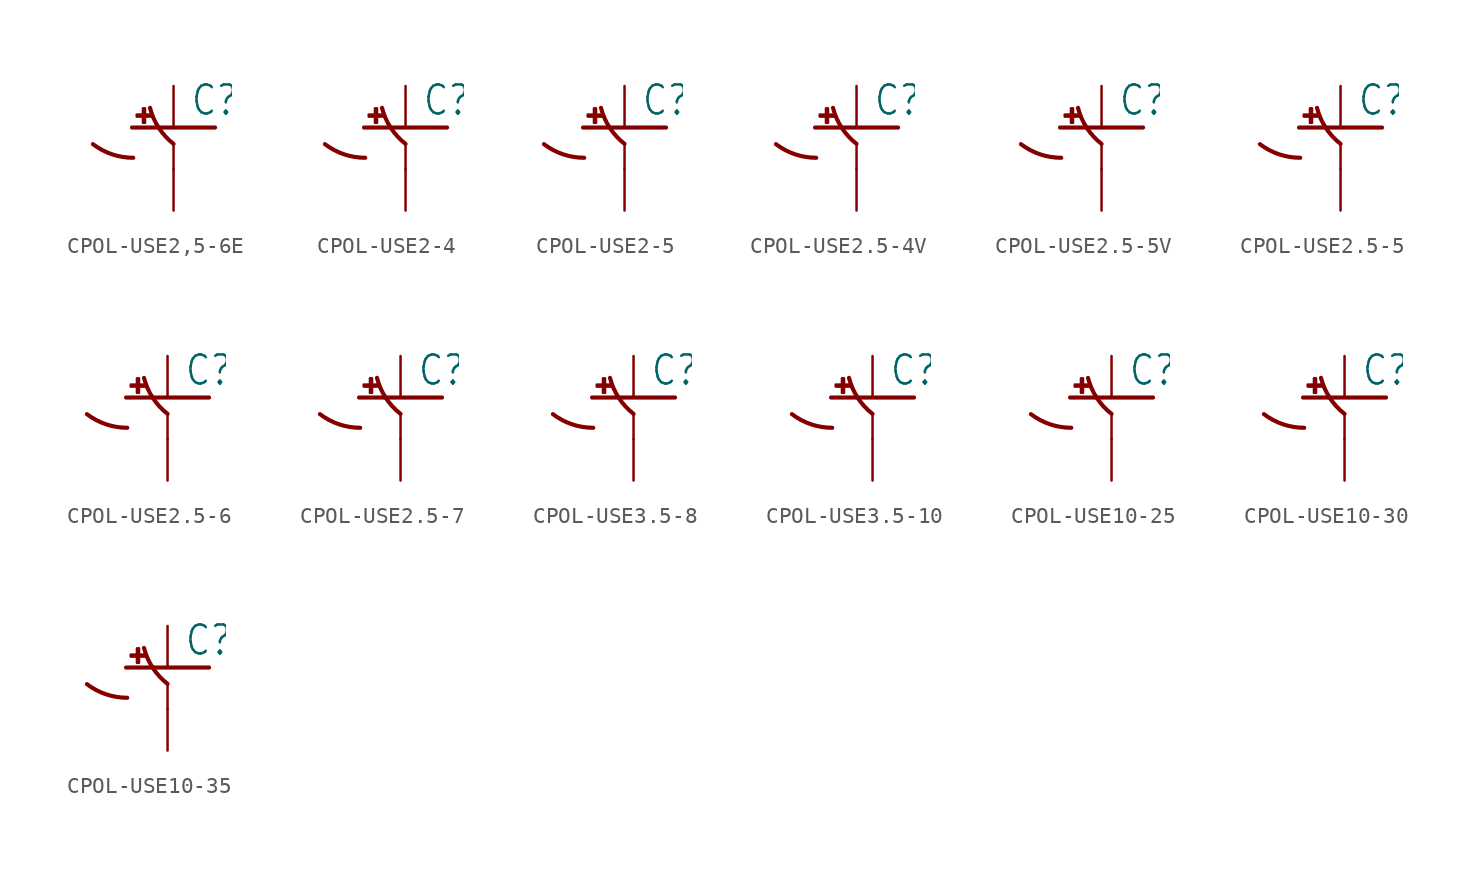
<source format=kicad_sym>
(kicad_symbol_lib
  (version 20241209)
  (generator "kicad_symbol_editor")
  (generator_version "9.0")
  (symbol "CPOL-USE2,5-6E"
    (property "Reference" "C"
      (at 1.016 0.635 0)
      (effects (font (size 1.778 1.511)) (justify left bottom)))
    (property "Value" ""
      (at 1.016 -4.191 0)
      (effects (font (size 1.778 1.511)) (justify left bottom)))
    (property "ki_locked" ""
      (at 0 0 0)
      (effects (font (size 1.27 1.27))))
    (symbol "CPOL-USE2,5-6E_1_0"
      (polyline (pts (xy -2.54 0) (xy 2.54 0)) (stroke (width 0.254) (type solid)) (fill (type none)))
      (arc (start -2.4669 -1.8504) (mid -3.7689 -1.6361) (end -4.9337 -1.0159) (stroke (width 0.254) (type solid)) (fill (type none)))
      (rectangle (start -2.253 0.668) (end -1.364 0.795) (stroke (width 0) (type default)) (fill (type outline)))
      (rectangle (start -1.872 0.287) (end -1.745 1.176) (stroke (width 0) (type default)) (fill (type outline)))
      (polyline (pts (xy 0 -1.016) (xy 0 -2.54)) (stroke (width 0.152) (type solid)) (fill (type none)))
      (arc (start 0 -1) (mid -0.9038 -0.0189) (end -1.4403 1.2025) (stroke (width 0.254) (type solid)) (fill (type none)))
      (pin passive line (at 0 2.54 270) (length 2.54) (name "+" (effects (font (size 0 0)))) (number "+" (effects (font (size 0 0)))))
      (pin passive line (at 0 -5.08 90) (length 2.54) (name "-" (effects (font (size 0 0)))) (number "-" (effects (font (size 0 0)))))))
  (symbol "CPOL-USE2-4"
    (property "Reference" "C"
      (at 1.016 0.635 0)
      (effects (font (size 1.778 1.511)) (justify left bottom)))
    (property "Value" ""
      (at 1.016 -4.191 0)
      (effects (font (size 1.778 1.511)) (justify left bottom)))
    (property "ki_locked" ""
      (at 0 0 0)
      (effects (font (size 1.27 1.27))))
    (symbol "CPOL-USE2-4_1_0"
      (polyline (pts (xy -2.54 0) (xy 2.54 0)) (stroke (width 0.254) (type solid)) (fill (type none)))
      (arc (start -2.4669 -1.8504) (mid -3.7689 -1.6361) (end -4.9337 -1.0159) (stroke (width 0.254) (type solid)) (fill (type none)))
      (rectangle (start -2.253 0.668) (end -1.364 0.795) (stroke (width 0) (type default)) (fill (type outline)))
      (rectangle (start -1.872 0.287) (end -1.745 1.176) (stroke (width 0) (type default)) (fill (type outline)))
      (polyline (pts (xy 0 -1.016) (xy 0 -2.54)) (stroke (width 0.152) (type solid)) (fill (type none)))
      (arc (start 0 -1) (mid -0.9038 -0.0189) (end -1.4403 1.2025) (stroke (width 0.254) (type solid)) (fill (type none)))
      (pin passive line (at 0 2.54 270) (length 2.54) (name "+" (effects (font (size 0 0)))) (number "+" (effects (font (size 0 0)))))
      (pin passive line (at 0 -5.08 90) (length 2.54) (name "-" (effects (font (size 0 0)))) (number "-" (effects (font (size 0 0)))))))
  (symbol "CPOL-USE2-5"
    (property "Reference" "C"
      (at 1.016 0.635 0)
      (effects (font (size 1.778 1.511)) (justify left bottom)))
    (property "Value" ""
      (at 1.016 -4.191 0)
      (effects (font (size 1.778 1.511)) (justify left bottom)))
    (property "ki_locked" ""
      (at 0 0 0)
      (effects (font (size 1.27 1.27))))
    (symbol "CPOL-USE2-5_1_0"
      (polyline (pts (xy -2.54 0) (xy 2.54 0)) (stroke (width 0.254) (type solid)) (fill (type none)))
      (arc (start -2.4669 -1.8504) (mid -3.7689 -1.6361) (end -4.9337 -1.0159) (stroke (width 0.254) (type solid)) (fill (type none)))
      (rectangle (start -2.253 0.668) (end -1.364 0.795) (stroke (width 0) (type default)) (fill (type outline)))
      (rectangle (start -1.872 0.287) (end -1.745 1.176) (stroke (width 0) (type default)) (fill (type outline)))
      (polyline (pts (xy 0 -1.016) (xy 0 -2.54)) (stroke (width 0.152) (type solid)) (fill (type none)))
      (arc (start 0 -1) (mid -0.9038 -0.0189) (end -1.4403 1.2025) (stroke (width 0.254) (type solid)) (fill (type none)))
      (pin passive line (at 0 2.54 270) (length 2.54) (name "+" (effects (font (size 0 0)))) (number "+" (effects (font (size 0 0)))))
      (pin passive line (at 0 -5.08 90) (length 2.54) (name "-" (effects (font (size 0 0)))) (number "-" (effects (font (size 0 0)))))))
  (symbol "CPOL-USE2.5-4V"
    (property "Reference" "C"
      (at 1.016 0.635 0)
      (effects (font (size 1.778 1.511)) (justify left bottom)))
    (property "Value" ""
      (at 1.016 -4.191 0)
      (effects (font (size 1.778 1.511)) (justify left bottom)))
    (property "ki_locked" ""
      (at 0 0 0)
      (effects (font (size 1.27 1.27))))
    (symbol "CPOL-USE2.5-4V_1_0"
      (polyline (pts (xy -2.54 0) (xy 2.54 0)) (stroke (width 0.254) (type solid)) (fill (type none)))
      (arc (start -2.4669 -1.8504) (mid -3.7689 -1.6361) (end -4.9337 -1.0159) (stroke (width 0.254) (type solid)) (fill (type none)))
      (rectangle (start -2.253 0.668) (end -1.364 0.795) (stroke (width 0) (type default)) (fill (type outline)))
      (rectangle (start -1.872 0.287) (end -1.745 1.176) (stroke (width 0) (type default)) (fill (type outline)))
      (polyline (pts (xy 0 -1.016) (xy 0 -2.54)) (stroke (width 0.152) (type solid)) (fill (type none)))
      (arc (start 0 -1) (mid -0.9038 -0.0189) (end -1.4403 1.2025) (stroke (width 0.254) (type solid)) (fill (type none)))
      (pin passive line (at 0 2.54 270) (length 2.54) (name "+" (effects (font (size 0 0)))) (number "+" (effects (font (size 0 0)))))
      (pin passive line (at 0 -5.08 90) (length 2.54) (name "-" (effects (font (size 0 0)))) (number "-" (effects (font (size 0 0)))))))
  (symbol "CPOL-USE2.5-5V"
    (property "Reference" "C"
      (at 1.016 0.635 0)
      (effects (font (size 1.778 1.511)) (justify left bottom)))
    (property "Value" ""
      (at 1.016 -4.191 0)
      (effects (font (size 1.778 1.511)) (justify left bottom)))
    (property "ki_locked" ""
      (at 0 0 0)
      (effects (font (size 1.27 1.27))))
    (symbol "CPOL-USE2.5-5V_1_0"
      (polyline (pts (xy -2.54 0) (xy 2.54 0)) (stroke (width 0.254) (type solid)) (fill (type none)))
      (arc (start -2.4669 -1.8504) (mid -3.7689 -1.6361) (end -4.9337 -1.0159) (stroke (width 0.254) (type solid)) (fill (type none)))
      (rectangle (start -2.253 0.668) (end -1.364 0.795) (stroke (width 0) (type default)) (fill (type outline)))
      (rectangle (start -1.872 0.287) (end -1.745 1.176) (stroke (width 0) (type default)) (fill (type outline)))
      (polyline (pts (xy 0 -1.016) (xy 0 -2.54)) (stroke (width 0.152) (type solid)) (fill (type none)))
      (arc (start 0 -1) (mid -0.9038 -0.0189) (end -1.4403 1.2025) (stroke (width 0.254) (type solid)) (fill (type none)))
      (pin passive line (at 0 2.54 270) (length 2.54) (name "+" (effects (font (size 0 0)))) (number "+" (effects (font (size 0 0)))))
      (pin passive line (at 0 -5.08 90) (length 2.54) (name "-" (effects (font (size 0 0)))) (number "-" (effects (font (size 0 0)))))))
  (symbol "CPOL-USE2.5-5"
    (property "Reference" "C"
      (at 1.016 0.635 0)
      (effects (font (size 1.778 1.511)) (justify left bottom)))
    (property "Value" ""
      (at 1.016 -4.191 0)
      (effects (font (size 1.778 1.511)) (justify left bottom)))
    (property "ki_locked" ""
      (at 0 0 0)
      (effects (font (size 1.27 1.27))))
    (symbol "CPOL-USE2.5-5_1_0"
      (polyline (pts (xy -2.54 0) (xy 2.54 0)) (stroke (width 0.254) (type solid)) (fill (type none)))
      (arc (start -2.4669 -1.8504) (mid -3.7689 -1.6361) (end -4.9337 -1.0159) (stroke (width 0.254) (type solid)) (fill (type none)))
      (rectangle (start -2.253 0.668) (end -1.364 0.795) (stroke (width 0) (type default)) (fill (type outline)))
      (rectangle (start -1.872 0.287) (end -1.745 1.176) (stroke (width 0) (type default)) (fill (type outline)))
      (polyline (pts (xy 0 -1.016) (xy 0 -2.54)) (stroke (width 0.152) (type solid)) (fill (type none)))
      (arc (start 0 -1) (mid -0.9038 -0.0189) (end -1.4403 1.2025) (stroke (width 0.254) (type solid)) (fill (type none)))
      (pin passive line (at 0 2.54 270) (length 2.54) (name "+" (effects (font (size 0 0)))) (number "+" (effects (font (size 0 0)))))
      (pin passive line (at 0 -5.08 90) (length 2.54) (name "-" (effects (font (size 0 0)))) (number "-" (effects (font (size 0 0)))))))
  (symbol "CPOL-USE2.5-6"
    (property "Reference" "C"
      (at 1.016 0.635 0)
      (effects (font (size 1.778 1.511)) (justify left bottom)))
    (property "Value" ""
      (at 1.016 -4.191 0)
      (effects (font (size 1.778 1.511)) (justify left bottom)))
    (property "ki_locked" ""
      (at 0 0 0)
      (effects (font (size 1.27 1.27))))
    (symbol "CPOL-USE2.5-6_1_0"
      (polyline (pts (xy -2.54 0) (xy 2.54 0)) (stroke (width 0.254) (type solid)) (fill (type none)))
      (arc (start -2.4669 -1.8504) (mid -3.7689 -1.6361) (end -4.9337 -1.0159) (stroke (width 0.254) (type solid)) (fill (type none)))
      (rectangle (start -2.253 0.668) (end -1.364 0.795) (stroke (width 0) (type default)) (fill (type outline)))
      (rectangle (start -1.872 0.287) (end -1.745 1.176) (stroke (width 0) (type default)) (fill (type outline)))
      (polyline (pts (xy 0 -1.016) (xy 0 -2.54)) (stroke (width 0.152) (type solid)) (fill (type none)))
      (arc (start 0 -1) (mid -0.9038 -0.0189) (end -1.4403 1.2025) (stroke (width 0.254) (type solid)) (fill (type none)))
      (pin passive line (at 0 2.54 270) (length 2.54) (name "+" (effects (font (size 0 0)))) (number "+" (effects (font (size 0 0)))))
      (pin passive line (at 0 -5.08 90) (length 2.54) (name "-" (effects (font (size 0 0)))) (number "-" (effects (font (size 0 0)))))))
  (symbol "CPOL-USE2.5-7"
    (property "Reference" "C"
      (at 1.016 0.635 0)
      (effects (font (size 1.778 1.511)) (justify left bottom)))
    (property "Value" ""
      (at 1.016 -4.191 0)
      (effects (font (size 1.778 1.511)) (justify left bottom)))
    (property "ki_locked" ""
      (at 0 0 0)
      (effects (font (size 1.27 1.27))))
    (symbol "CPOL-USE2.5-7_1_0"
      (polyline (pts (xy -2.54 0) (xy 2.54 0)) (stroke (width 0.254) (type solid)) (fill (type none)))
      (arc (start -2.4669 -1.8504) (mid -3.7689 -1.6361) (end -4.9337 -1.0159) (stroke (width 0.254) (type solid)) (fill (type none)))
      (rectangle (start -2.253 0.668) (end -1.364 0.795) (stroke (width 0) (type default)) (fill (type outline)))
      (rectangle (start -1.872 0.287) (end -1.745 1.176) (stroke (width 0) (type default)) (fill (type outline)))
      (polyline (pts (xy 0 -1.016) (xy 0 -2.54)) (stroke (width 0.152) (type solid)) (fill (type none)))
      (arc (start 0 -1) (mid -0.9038 -0.0189) (end -1.4403 1.2025) (stroke (width 0.254) (type solid)) (fill (type none)))
      (pin passive line (at 0 2.54 270) (length 2.54) (name "+" (effects (font (size 0 0)))) (number "+" (effects (font (size 0 0)))))
      (pin passive line (at 0 -5.08 90) (length 2.54) (name "-" (effects (font (size 0 0)))) (number "-" (effects (font (size 0 0)))))))
  (symbol "CPOL-USE3.5-8"
    (property "Reference" "C"
      (at 1.016 0.635 0)
      (effects (font (size 1.778 1.511)) (justify left bottom)))
    (property "Value" ""
      (at 1.016 -4.191 0)
      (effects (font (size 1.778 1.511)) (justify left bottom)))
    (property "ki_locked" ""
      (at 0 0 0)
      (effects (font (size 1.27 1.27))))
    (symbol "CPOL-USE3.5-8_1_0"
      (polyline (pts (xy -2.54 0) (xy 2.54 0)) (stroke (width 0.254) (type solid)) (fill (type none)))
      (arc (start -2.4669 -1.8504) (mid -3.7689 -1.6361) (end -4.9337 -1.0159) (stroke (width 0.254) (type solid)) (fill (type none)))
      (rectangle (start -2.253 0.668) (end -1.364 0.795) (stroke (width 0) (type default)) (fill (type outline)))
      (rectangle (start -1.872 0.287) (end -1.745 1.176) (stroke (width 0) (type default)) (fill (type outline)))
      (polyline (pts (xy 0 -1.016) (xy 0 -2.54)) (stroke (width 0.152) (type solid)) (fill (type none)))
      (arc (start 0 -1) (mid -0.9038 -0.0189) (end -1.4403 1.2025) (stroke (width 0.254) (type solid)) (fill (type none)))
      (pin passive line (at 0 2.54 270) (length 2.54) (name "+" (effects (font (size 0 0)))) (number "+" (effects (font (size 0 0)))))
      (pin passive line (at 0 -5.08 90) (length 2.54) (name "-" (effects (font (size 0 0)))) (number "-" (effects (font (size 0 0)))))))
  (symbol "CPOL-USE3.5-10"
    (property "Reference" "C"
      (at 1.016 0.635 0)
      (effects (font (size 1.778 1.511)) (justify left bottom)))
    (property "Value" ""
      (at 1.016 -4.191 0)
      (effects (font (size 1.778 1.511)) (justify left bottom)))
    (property "ki_locked" ""
      (at 0 0 0)
      (effects (font (size 1.27 1.27))))
    (symbol "CPOL-USE3.5-10_1_0"
      (polyline (pts (xy -2.54 0) (xy 2.54 0)) (stroke (width 0.254) (type solid)) (fill (type none)))
      (arc (start -2.4669 -1.8504) (mid -3.7689 -1.6361) (end -4.9337 -1.0159) (stroke (width 0.254) (type solid)) (fill (type none)))
      (rectangle (start -2.253 0.668) (end -1.364 0.795) (stroke (width 0) (type default)) (fill (type outline)))
      (rectangle (start -1.872 0.287) (end -1.745 1.176) (stroke (width 0) (type default)) (fill (type outline)))
      (polyline (pts (xy 0 -1.016) (xy 0 -2.54)) (stroke (width 0.152) (type solid)) (fill (type none)))
      (arc (start 0 -1) (mid -0.9038 -0.0189) (end -1.4403 1.2025) (stroke (width 0.254) (type solid)) (fill (type none)))
      (pin passive line (at 0 2.54 270) (length 2.54) (name "+" (effects (font (size 0 0)))) (number "+" (effects (font (size 0 0)))))
      (pin passive line (at 0 -5.08 90) (length 2.54) (name "-" (effects (font (size 0 0)))) (number "-" (effects (font (size 0 0)))))))
  (symbol "CPOL-USE10-25"
    (property "Reference" "C"
      (at 1.016 0.635 0)
      (effects (font (size 1.778 1.511)) (justify left bottom)))
    (property "Value" ""
      (at 1.016 -4.191 0)
      (effects (font (size 1.778 1.511)) (justify left bottom)))
    (property "ki_locked" ""
      (at 0 0 0)
      (effects (font (size 1.27 1.27))))
    (symbol "CPOL-USE10-25_1_0"
      (polyline (pts (xy -2.54 0) (xy 2.54 0)) (stroke (width 0.254) (type solid)) (fill (type none)))
      (arc (start -2.4669 -1.8504) (mid -3.7689 -1.6361) (end -4.9337 -1.0159) (stroke (width 0.254) (type solid)) (fill (type none)))
      (rectangle (start -2.253 0.668) (end -1.364 0.795) (stroke (width 0) (type default)) (fill (type outline)))
      (rectangle (start -1.872 0.287) (end -1.745 1.176) (stroke (width 0) (type default)) (fill (type outline)))
      (polyline (pts (xy 0 -1.016) (xy 0 -2.54)) (stroke (width 0.152) (type solid)) (fill (type none)))
      (arc (start 0 -1) (mid -0.9038 -0.0189) (end -1.4403 1.2025) (stroke (width 0.254) (type solid)) (fill (type none)))
      (pin passive line (at 0 2.54 270) (length 2.54) (name "+" (effects (font (size 0 0)))) (number "+" (effects (font (size 0 0)))))
      (pin passive line (at 0 -5.08 90) (length 2.54) (name "-" (effects (font (size 0 0)))) (number "-" (effects (font (size 0 0)))))))
  (symbol "CPOL-USE10-30"
    (property "Reference" "C"
      (at 1.016 0.635 0)
      (effects (font (size 1.778 1.511)) (justify left bottom)))
    (property "Value" ""
      (at 1.016 -4.191 0)
      (effects (font (size 1.778 1.511)) (justify left bottom)))
    (property "ki_locked" ""
      (at 0 0 0)
      (effects (font (size 1.27 1.27))))
    (symbol "CPOL-USE10-30_1_0"
      (polyline (pts (xy -2.54 0) (xy 2.54 0)) (stroke (width 0.254) (type solid)) (fill (type none)))
      (arc (start -2.4669 -1.8504) (mid -3.7689 -1.6361) (end -4.9337 -1.0159) (stroke (width 0.254) (type solid)) (fill (type none)))
      (rectangle (start -2.253 0.668) (end -1.364 0.795) (stroke (width 0) (type default)) (fill (type outline)))
      (rectangle (start -1.872 0.287) (end -1.745 1.176) (stroke (width 0) (type default)) (fill (type outline)))
      (polyline (pts (xy 0 -1.016) (xy 0 -2.54)) (stroke (width 0.152) (type solid)) (fill (type none)))
      (arc (start 0 -1) (mid -0.9038 -0.0189) (end -1.4403 1.2025) (stroke (width 0.254) (type solid)) (fill (type none)))
      (pin passive line (at 0 2.54 270) (length 2.54) (name "+" (effects (font (size 0 0)))) (number "+" (effects (font (size 0 0)))))
      (pin passive line (at 0 -5.08 90) (length 2.54) (name "-" (effects (font (size 0 0)))) (number "-" (effects (font (size 0 0)))))))
  (symbol "CPOL-USE10-35"
    (property "Reference" "C"
      (at 1.016 0.635 0)
      (effects (font (size 1.778 1.511)) (justify left bottom)))
    (property "Value" ""
      (at 1.016 -4.191 0)
      (effects (font (size 1.778 1.511)) (justify left bottom)))
    (property "ki_locked" ""
      (at 0 0 0)
      (effects (font (size 1.27 1.27))))
    (symbol "CPOL-USE10-35_1_0"
      (polyline (pts (xy -2.54 0) (xy 2.54 0)) (stroke (width 0.254) (type solid)) (fill (type none)))
      (arc (start -2.4669 -1.8504) (mid -3.7689 -1.6361) (end -4.9337 -1.0159) (stroke (width 0.254) (type solid)) (fill (type none)))
      (rectangle (start -2.253 0.668) (end -1.364 0.795) (stroke (width 0) (type default)) (fill (type outline)))
      (rectangle (start -1.872 0.287) (end -1.745 1.176) (stroke (width 0) (type default)) (fill (type outline)))
      (polyline (pts (xy 0 -1.016) (xy 0 -2.54)) (stroke (width 0.152) (type solid)) (fill (type none)))
      (arc (start 0 -1) (mid -0.9038 -0.0189) (end -1.4403 1.2025) (stroke (width 0.254) (type solid)) (fill (type none)))
      (pin passive line (at 0 2.54 270) (length 2.54) (name "+" (effects (font (size 0 0)))) (number "+" (effects (font (size 0 0)))))
      (pin passive line (at 0 -5.08 90) (length 2.54) (name "-" (effects (font (size 0 0)))) (number "-" (effects (font (size 0 0))))))))
</source>
